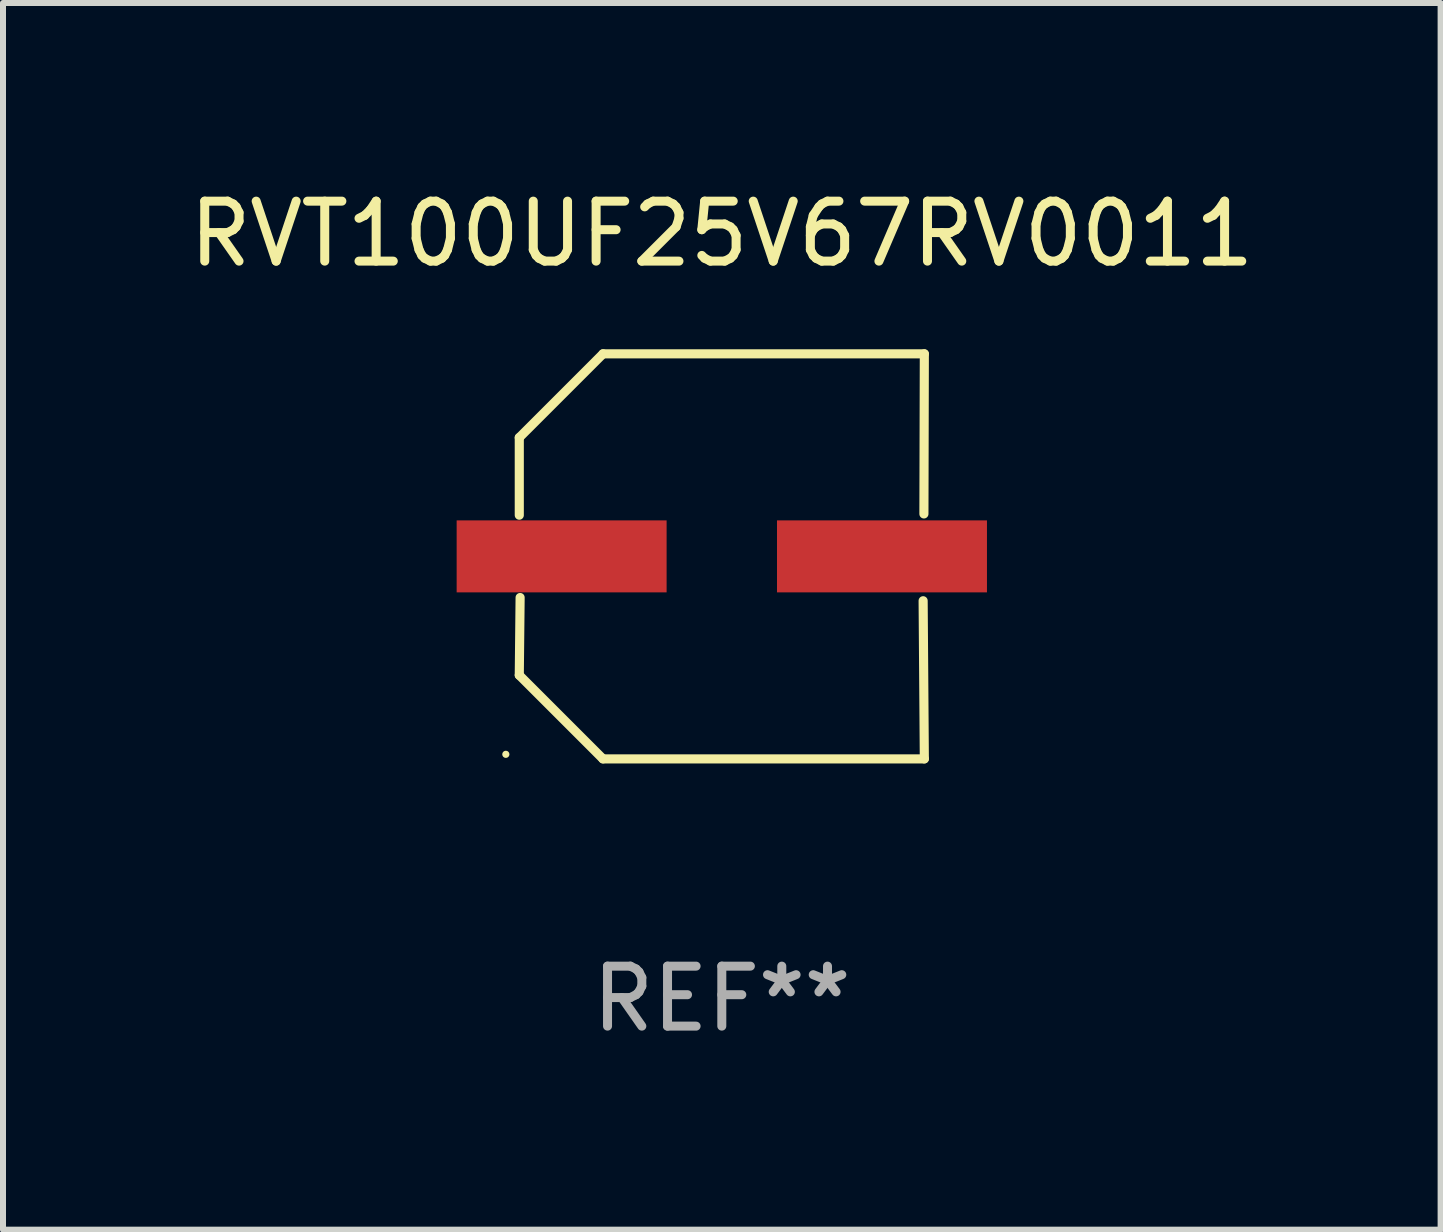
<source format=kicad_pcb>
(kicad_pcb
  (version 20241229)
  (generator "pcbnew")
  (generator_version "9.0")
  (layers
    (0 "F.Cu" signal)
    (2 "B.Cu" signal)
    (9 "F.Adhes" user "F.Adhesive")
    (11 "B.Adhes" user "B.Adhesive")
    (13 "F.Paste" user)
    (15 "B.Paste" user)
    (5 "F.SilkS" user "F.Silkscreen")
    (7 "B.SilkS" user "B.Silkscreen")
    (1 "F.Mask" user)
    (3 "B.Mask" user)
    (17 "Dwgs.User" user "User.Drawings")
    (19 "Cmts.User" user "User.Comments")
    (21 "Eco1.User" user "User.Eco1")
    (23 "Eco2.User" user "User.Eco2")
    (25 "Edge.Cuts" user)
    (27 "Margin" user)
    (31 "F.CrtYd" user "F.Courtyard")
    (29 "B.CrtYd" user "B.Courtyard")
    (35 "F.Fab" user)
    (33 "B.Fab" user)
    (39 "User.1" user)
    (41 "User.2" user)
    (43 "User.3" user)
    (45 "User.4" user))
  (footprint "RVT100UF25V67RV0011"
    (layer "F.Cu")
    (at 8.982 6.224)
    (property "Reference" "RVT100UF25V67RV0011" (at 0 -5.376 0) (layer "F.SilkS") (effects (font (size 1 1) (thickness 0.15))))
    (attr through_hole)
    (fp_line (start -3.376 -1.98) (end -3.376 -0.686) (stroke (width 0.152) (type solid)) (layer "F.SilkS"))
    (fp_line (start -3.376 1.981) (end -3.362 0.686) (stroke (width 0.152) (type solid)) (layer "F.SilkS"))
    (fp_line (start -1.981 3.376) (end -3.376 1.981) (stroke (width 0.152) (type solid)) (layer "F.SilkS"))
    (fp_line (start -1.98 -3.376) (end -3.376 -1.98) (stroke (width 0.152) (type solid)) (layer "F.SilkS"))
    (fp_line (start 3.356 0.74) (end 3.376 3.376) (stroke (width 0.152) (type solid)) (layer "F.SilkS"))
    (fp_line (start 3.369 -0.707) (end 3.376 -3.376) (stroke (width 0.152) (type solid)) (layer "F.SilkS"))
    (fp_line (start 3.376 3.376) (end -1.981 3.376) (stroke (width 0.152) (type solid)) (layer "F.SilkS"))
    (fp_line (start 3.376 -3.376) (end -1.98 -3.376) (stroke (width 0.152) (type solid)) (layer "F.SilkS"))
    (fp_circle (center -3.6 3.3) (end -3.57 3.3) (stroke (width 0.06) (type solid)) (fill no) (layer "F.SilkS"))
    (fp_text user "REF**" (at 0 7.376 0) (layer "F.Fab") (effects (font (size 1 1) (thickness 0.15))))
    (pad "1" smd rect (at -2.67 0.000381) (size 3.5 1.2) (layers "F.Cu" "F.Mask" "F.Paste"))
    (pad "2" smd rect (at 2.67 0.000381) (size 3.5 1.2) (layers "F.Cu" "F.Mask" "F.Paste")))
  (gr_rect
    (start -3 -3)
    (end 20.964 17.448)
    (stroke (width 0.1) (type default))
    (fill no)
    (layer "Edge.Cuts")))
</source>
